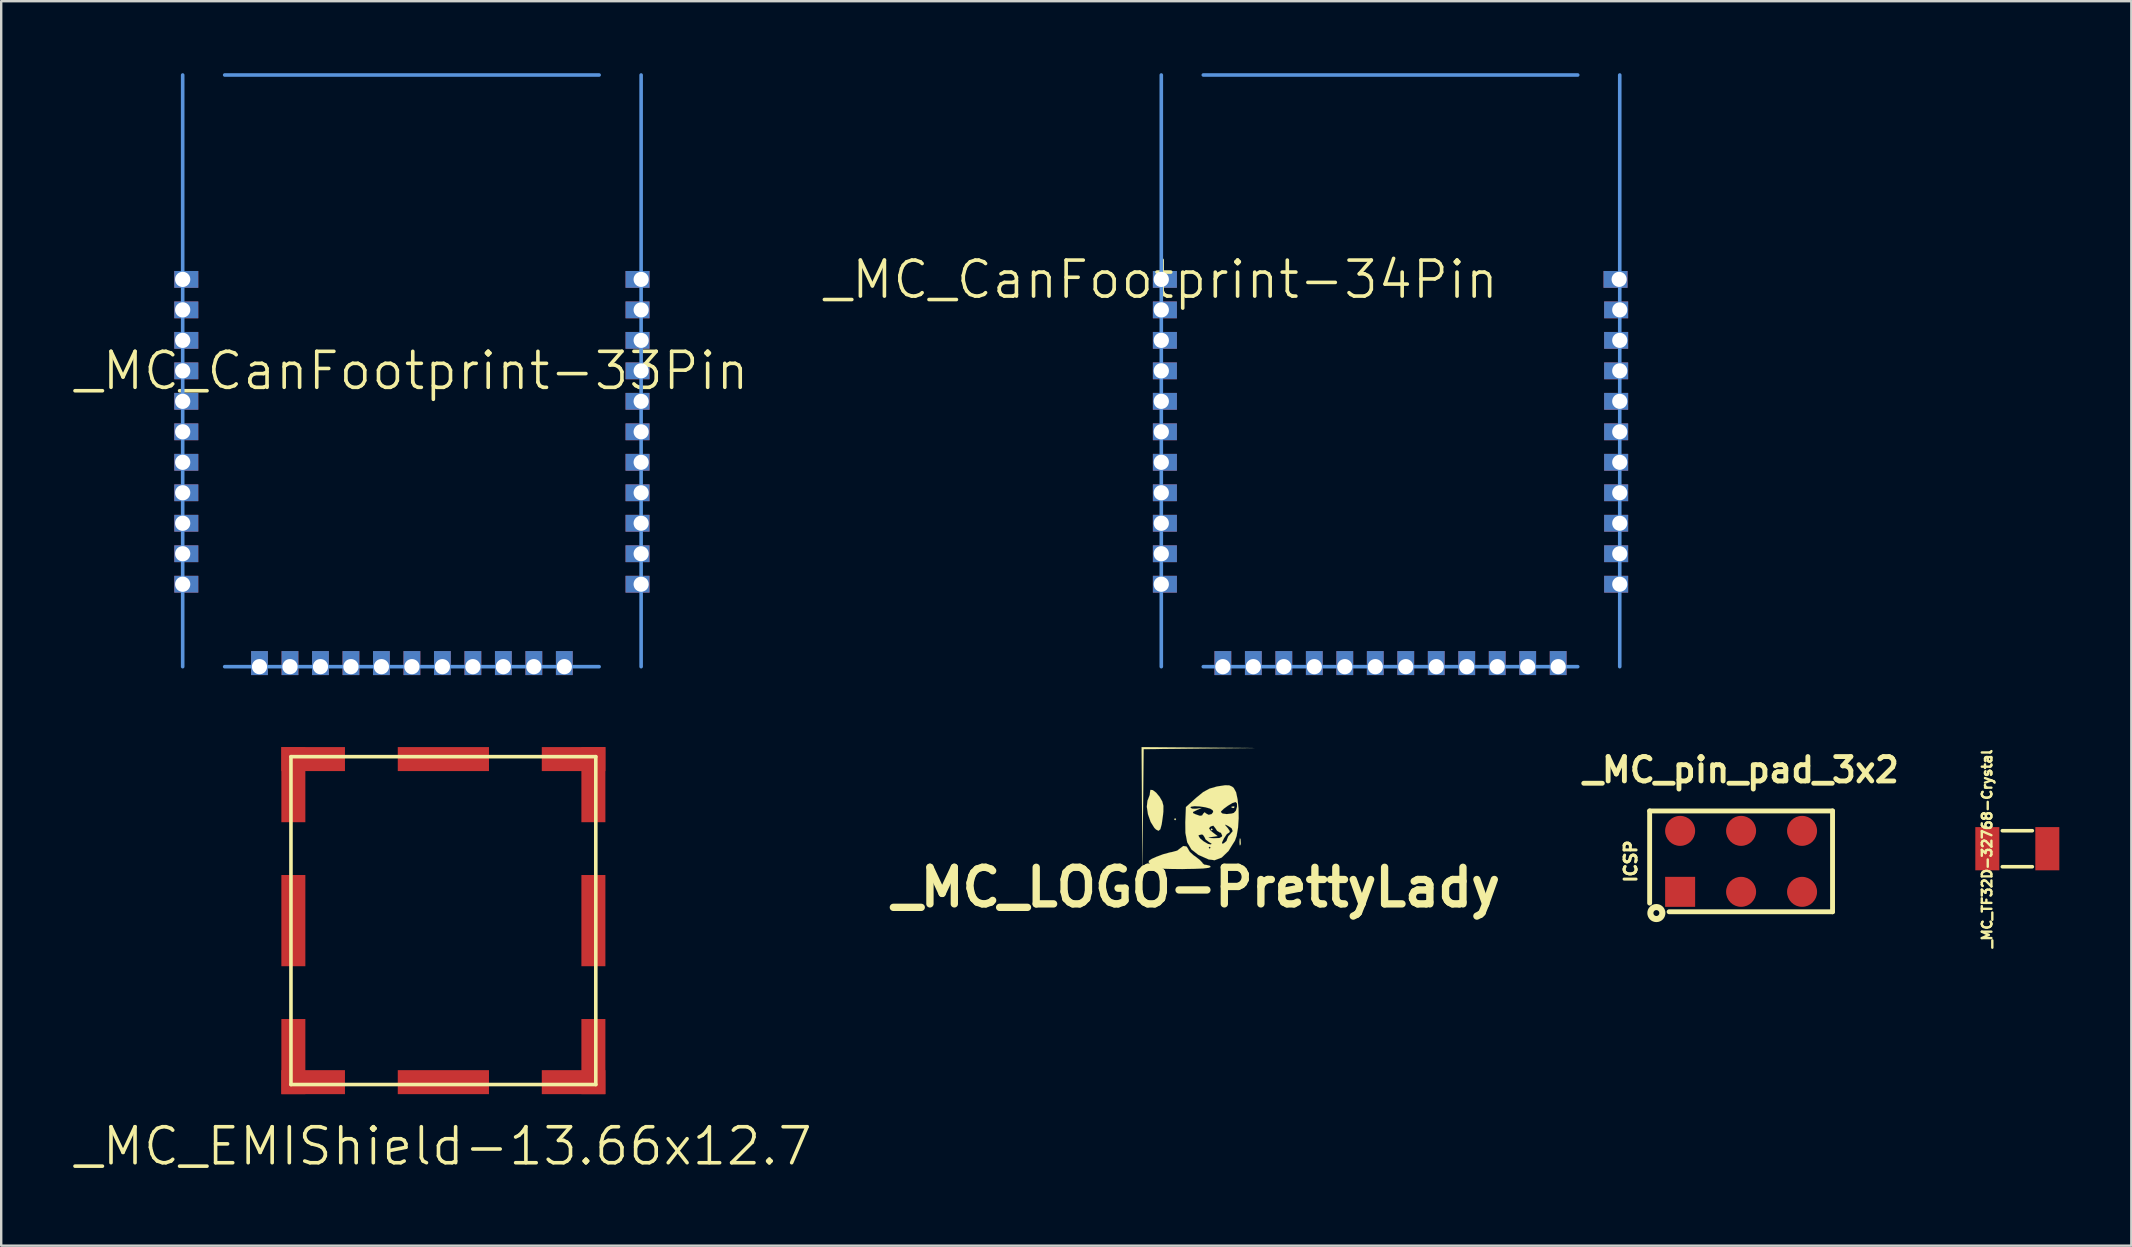
<source format=kicad_pcb>
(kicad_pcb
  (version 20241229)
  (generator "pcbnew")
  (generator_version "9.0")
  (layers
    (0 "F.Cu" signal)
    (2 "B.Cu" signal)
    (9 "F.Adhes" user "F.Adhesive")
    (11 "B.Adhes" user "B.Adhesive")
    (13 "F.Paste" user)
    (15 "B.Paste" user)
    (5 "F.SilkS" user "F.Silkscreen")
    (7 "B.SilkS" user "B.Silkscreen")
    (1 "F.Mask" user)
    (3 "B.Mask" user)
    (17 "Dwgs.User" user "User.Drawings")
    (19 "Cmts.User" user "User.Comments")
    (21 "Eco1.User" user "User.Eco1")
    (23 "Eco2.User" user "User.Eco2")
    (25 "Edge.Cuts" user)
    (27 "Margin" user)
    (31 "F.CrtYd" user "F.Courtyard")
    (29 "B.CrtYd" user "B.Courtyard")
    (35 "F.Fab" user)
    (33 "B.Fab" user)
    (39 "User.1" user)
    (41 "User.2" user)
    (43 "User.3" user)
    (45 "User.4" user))
  (footprint "_MC_LOGO-PrettyLady"
    (layer "F.Cu")
    (at 46.797 30.616)
    (property "Reference" "_MC_LOGO-PrettyLady" (at 0 3.302 0) (layer "F.SilkS") (effects (font (size 1.524 1.524) (thickness 0.305))))
    (attr through_hole)
    (fp_poly (pts (xy -0.848 0.465) (xy -0.889 0.508) (xy -0.932 0.465) (xy -0.889 0.422) (xy -0.848 0.465)) (stroke (width 0.003) (type solid)) (fill yes) (layer "F.SilkS"))
    (fp_poly (pts (xy 0.676 0.889) (xy 0.635 0.93) (xy 0.592 0.889) (xy 0.635 0.846) (xy 0.676 0.889)) (stroke (width 0.003) (type solid)) (fill yes) (layer "F.SilkS"))
    (fp_poly (pts (xy 1.58 -0.058) (xy 1.567 -0.008) (xy 1.524 0) (xy 1.453 -0.033) (xy 1.466 -0.058) (xy 1.567 -0.069) (xy 1.58 -0.058)) (stroke (width 0.003) (type solid)) (fill yes) (layer "F.SilkS"))
    (fp_poly (pts (xy 1.847 1.476) (xy 1.831 1.544) (xy 1.803 1.549) (xy 1.793 1.415) (xy 1.793 1.397) (xy 1.806 1.265) (xy 1.831 1.278) (xy 1.836 1.29) (xy 1.847 1.476)) (stroke (width 0.003) (type solid)) (fill yes) (layer "F.SilkS"))
    (fp_poly (pts (xy 2.413 -2.502) (xy 0.107 -2.479) (xy -2.2 -2.454) (xy -2.225 0.064) (xy -2.248 2.581) (xy -2.268 0.02) (xy -2.286 -2.54) (xy 0.064 -2.522) (xy 2.413 -2.502)) (stroke (width 0.003) (type solid)) (fill yes) (layer "F.SilkS"))
    (fp_poly (pts (xy -1.377 -0.094) (xy -1.379 0.15) (xy -1.397 0.318) (xy -1.448 0.676) (xy -1.504 0.881) (xy -1.58 0.947) (xy -1.684 0.894) (xy -1.753 0.826) (xy -1.908 0.577) (xy -2.019 0.262) (xy -2.068 -0.056) (xy -2.04 -0.312) (xy -2.017 -0.363) (xy -1.946 -0.549) (xy -1.935 -0.658) (xy -1.918 -0.759) (xy -1.821 -0.749) (xy -1.681 -0.643) (xy -1.537 -0.47) (xy -1.425 -0.277) (xy -1.377 -0.094)) (stroke (width 0.003) (type solid)) (fill yes) (layer "F.SilkS"))
    (fp_poly (pts (xy 0.592 2.454) (xy 0.511 2.489) (xy 0.274 2.517) (xy -0.097 2.532) (xy -0.582 2.54) (xy -1.054 2.537) (xy -1.387 2.527) (xy -1.61 2.51) (xy -1.755 2.477) (xy -1.849 2.423) (xy -1.905 2.37) (xy -1.989 2.266) (xy -1.981 2.195) (xy -1.862 2.116) (xy -1.674 2.032) (xy -1.384 1.923) (xy -1.102 1.847) (xy -1.016 1.831) (xy -0.803 1.773) (xy -0.668 1.669) (xy -0.665 1.666) (xy -0.549 1.58) (xy -0.414 1.6) (xy -0.34 1.709) (xy -0.34 1.722) (xy -0.274 1.826) (xy -0.114 1.971) (xy -0.043 2.019) (xy 0.14 2.162) (xy 0.244 2.271) (xy 0.254 2.296) (xy 0.323 2.355) (xy 0.422 2.37) (xy 0.559 2.405) (xy 0.592 2.454)) (stroke (width 0.003) (type solid)) (fill yes) (layer "F.SilkS"))
    (fp_poly (pts (xy 1.758 0.424) (xy 1.732 0.82) (xy 1.689 1.072) (xy 1.689 -0.048) (xy 1.689 -0.193) (xy 1.628 -0.254) (xy 1.499 -0.211) (xy 1.316 -0.102) (xy 1.138 0.028) (xy 1.026 0.137) (xy 1.016 0.168) (xy 1.087 0.229) (xy 1.26 0.251) (xy 1.466 0.229) (xy 1.557 0.201) (xy 1.643 0.109) (xy 1.689 -0.048) (xy 1.689 1.072) (xy 1.674 1.161) (xy 1.603 1.359) (xy 1.511 1.504) (xy 1.511 0.96) (xy 1.466 0.841) (xy 1.333 0.752) (xy 1.204 0.688) (xy 1.199 0.714) (xy 1.303 0.833) (xy 1.389 0.96) (xy 1.372 1.013) (xy 1.369 1.016) (xy 1.267 1.082) (xy 1.153 1.25) (xy 1.143 1.267) (xy 1.072 1.415) (xy 1.072 1.143) (xy 1.019 1.029) (xy 0.97 1.016) (xy 0.859 0.947) (xy 0.795 0.848) (xy 0.704 0.734) (xy 0.699 0.734) (xy 0.699 0.163) (xy 0.681 0.094) (xy 0.572 0.023) (xy 0.371 -0.033) (xy 0.132 -0.069) (xy -0.084 -0.079) (xy -0.229 -0.056) (xy -0.254 -0.023) (xy -0.183 0.025) (xy -0.023 0.028) (xy 0.211 -0.005) (xy 0 0.091) (xy -0.145 0.163) (xy -0.14 0.211) (xy -0.043 0.257) (xy 0.145 0.323) (xy 0.236 0.307) (xy 0.282 0.231) (xy 0.343 0.173) (xy 0.394 0.221) (xy 0.508 0.282) (xy 0.632 0.251) (xy 0.699 0.163) (xy 0.699 0.734) (xy 0.592 0.765) (xy 0.523 0.838) (xy 0.577 0.927) (xy 0.673 1.008) (xy 0.881 1.168) (xy 0.63 1.206) (xy 0.503 1.229) (xy 0.523 1.245) (xy 0.704 1.255) (xy 0.726 1.257) (xy 0.96 1.247) (xy 1.062 1.189) (xy 1.072 1.143) (xy 1.072 1.415) (xy 1.064 1.433) (xy 1.069 1.486) (xy 1.14 1.468) (xy 1.255 1.369) (xy 1.27 1.313) (xy 1.328 1.171) (xy 1.397 1.1) (xy 1.511 0.96) (xy 1.511 1.504) (xy 1.336 1.788) (xy 1.052 2.062) (xy 0.754 2.174) (xy 0.64 2.156) (xy 0.64 1.491) (xy 0.541 1.425) (xy 0.528 1.42) (xy 0.381 1.308) (xy 0.338 1.214) (xy 0.269 1.113) (xy 0.211 1.1) (xy 0.097 1.128) (xy 0.084 1.153) (xy 0.15 1.262) (xy 0.302 1.389) (xy 0.478 1.491) (xy 0.584 1.516) (xy 0.64 1.491) (xy 0.64 2.156) (xy 0.592 2.151) (xy 0.592 1.651) (xy 0.549 1.608) (xy 0.508 1.651) (xy 0.549 1.692) (xy 0.592 1.651) (xy 0.592 2.151) (xy 0.508 2.141) (xy 0.081 1.951) (xy -0.208 1.725) (xy -0.384 1.43) (xy -0.46 1.034) (xy -0.465 0.592) (xy -0.439 -0.043) (xy -0.008 -0.432) (xy 0.282 -0.668) (xy 0.544 -0.81) (xy 0.846 -0.897) (xy 0.904 -0.907) (xy 1.189 -0.95) (xy 1.364 -0.947) (xy 1.486 -0.894) (xy 1.554 -0.836) (xy 1.651 -0.658) (xy 1.714 -0.361) (xy 1.753 0.015) (xy 1.758 0.424)) (stroke (width 0.003) (type solid)) (fill yes) (layer "F.SilkS")))
  (footprint "_MC_CanFootprint-34Pin"
    (layer "F.Cu")
    (at 54.882 12.4)
    (property "Reference" "_MC_CanFootprint-34Pin" (at -9.55 -3.8 0) (layer "F.SilkS") (effects (font (size 1.5 1.5) (thickness 0.15))))
    (attr through_hole)
    (fp_line (start -9.55 12.325) (end -9.55 -12.325) (stroke (width 0.15) (type solid)) (layer "Cmts.User"))
    (fp_line (start -7.8 -12.325) (end 7.8 -12.325) (stroke (width 0.15) (type solid)) (layer "Cmts.User"))
    (fp_line (start -7.8 12.325) (end 7.8 12.325) (stroke (width 0.15) (type solid)) (layer "Cmts.User"))
    (fp_line (start 9.55 -12.325) (end 9.55 12.325) (stroke (width 0.15) (type solid)) (layer "Cmts.User"))
    (pad "1" thru_hole trapezoid (at -9.55 -3.81) (size 1 0.7) (drill 0.635 (offset 0.15 0)) (layers "*.Cu" "*.Mask"))
    (pad "2" thru_hole trapezoid (at -9.55 -2.54) (size 1 0.7) (drill 0.635 (offset 0.15 0)) (layers "*.Cu" "*.Mask"))
    (pad "3" thru_hole trapezoid (at -9.55 -1.27) (size 1 0.7) (drill 0.635 (offset 0.15 0)) (layers "*.Cu" "*.Mask"))
    (pad "4" thru_hole trapezoid (at -9.55 0) (size 1 0.7) (drill 0.635 (offset 0.15 0)) (layers "*.Cu" "*.Mask"))
    (pad "5" thru_hole trapezoid (at -9.55 1.27) (size 1 0.7) (drill 0.635 (offset 0.15 0)) (layers "*.Cu" "*.Mask"))
    (pad "6" thru_hole trapezoid (at -9.55 2.54) (size 1 0.7) (drill 0.635 (offset 0.15 0)) (layers "*.Cu" "*.Mask"))
    (pad "7" thru_hole trapezoid (at -9.55 3.81) (size 1 0.7) (drill 0.635 (offset 0.15 0)) (layers "*.Cu" "*.Mask"))
    (pad "8" thru_hole trapezoid (at -9.55 5.08) (size 1 0.7) (drill 0.635 (offset 0.15 0)) (layers "*.Cu" "*.Mask"))
    (pad "9" thru_hole trapezoid (at -9.55 6.35) (size 1 0.7) (drill 0.635 (offset 0.15 0)) (layers "*.Cu" "*.Mask"))
    (pad "10" thru_hole trapezoid (at -9.55 7.62) (size 1 0.7) (drill 0.635 (offset 0.15 0)) (layers "*.Cu" "*.Mask"))
    (pad "11" thru_hole trapezoid (at -9.55 8.89) (size 1 0.7) (drill 0.635 (offset 0.15 0)) (layers "*.Cu" "*.Mask"))
    (pad "12" thru_hole rect (at -6.985 12.325) (size 0.7 1) (drill 0.635 (offset 0 -0.15)) (layers "*.Cu" "*.Mask"))
    (pad "13" thru_hole rect (at -5.715 12.325) (size 0.7 1) (drill 0.635 (offset 0 -0.15)) (layers "*.Cu" "*.Mask"))
    (pad "14" thru_hole rect (at -4.445 12.325) (size 0.7 1) (drill 0.635 (offset 0 -0.15)) (layers "*.Cu" "*.Mask"))
    (pad "15" thru_hole rect (at -3.175 12.325) (size 0.7 1) (drill 0.635 (offset 0 -0.15)) (layers "*.Cu" "*.Mask"))
    (pad "16" thru_hole rect (at -1.905 12.325) (size 0.7 1) (drill 0.635 (offset 0 -0.15)) (layers "*.Cu" "*.Mask"))
    (pad "17" thru_hole rect (at -0.635 12.325) (size 0.7 1) (drill 0.635 (offset 0 -0.15)) (layers "*.Cu" "*.Mask"))
    (pad "18" thru_hole rect (at 0.635 12.325) (size 0.7 1) (drill 0.635 (offset 0 -0.15)) (layers "*.Cu" "*.Mask"))
    (pad "19" thru_hole rect (at 1.905 12.325) (size 0.7 1) (drill 0.635 (offset 0 -0.15)) (layers "*.Cu" "*.Mask"))
    (pad "20" thru_hole rect (at 3.175 12.325) (size 0.7 1) (drill 0.635 (offset 0 -0.15)) (layers "*.Cu" "*.Mask"))
    (pad "21" thru_hole rect (at 4.445 12.325) (size 0.7 1) (drill 0.635 (offset 0 -0.15)) (layers "*.Cu" "*.Mask"))
    (pad "22" thru_hole rect (at 5.715 12.325) (size 0.7 1) (drill 0.635 (offset 0 -0.15)) (layers "*.Cu" "*.Mask"))
    (pad "23" thru_hole rect (at 6.985 12.325) (size 0.7 1) (drill 0.635 (offset 0 -0.15)) (layers "*.Cu" "*.Mask"))
    (pad "24" thru_hole rect (at 9.55 8.89) (size 1 0.7) (drill 0.63 (offset -0.15 0)) (layers "*.Cu" "*.Mask"))
    (pad "25" thru_hole rect (at 9.55 7.62) (size 1 0.7) (drill 0.63 (offset -0.15 0)) (layers "*.Cu" "*.Mask"))
    (pad "26" thru_hole rect (at 9.55 6.35) (size 1 0.7) (drill 0.63 (offset -0.15 0)) (layers "*.Cu" "*.Mask"))
    (pad "27" thru_hole rect (at 9.55 5.08) (size 1 0.7) (drill 0.63 (offset -0.15 0)) (layers "*.Cu" "*.Mask"))
    (pad "28" thru_hole rect (at 9.55 3.81) (size 1 0.7) (drill 0.63 (offset -0.15 0)) (layers "*.Cu" "*.Mask"))
    (pad "29" thru_hole rect (at 9.55 2.54) (size 1 0.7) (drill 0.63 (offset -0.15 0)) (layers "*.Cu" "*.Mask"))
    (pad "30" thru_hole rect (at 9.55 1.27) (size 1 0.7) (drill 0.63 (offset -0.15 0)) (layers "*.Cu" "*.Mask"))
    (pad "31" thru_hole rect (at 9.55 0) (size 1 0.7) (drill 0.63 (offset -0.15 0)) (layers "*.Cu" "*.Mask"))
    (pad "32" thru_hole rect (at 9.55 -1.27) (size 1 0.7) (drill 0.63 (offset -0.15 0)) (layers "*.Cu" "*.Mask"))
    (pad "33" thru_hole rect (at 9.55 -2.54) (size 1 0.7) (drill 0.63 (offset -0.15 0)) (layers "*.Cu" "*.Mask"))
    (pad "34" thru_hole rect (at 9.525 -3.81) (size 1 0.7) (drill 0.63 (offset -0.15 0)) (layers "*.Cu" "*.Mask")))
  (footprint "_MC_EMIShield-13.66x12.7"
    (layer "F.Cu")
    (at 15.422 35.305)
    (property "Reference" "_MC_EMIShield-13.66x12.7" (at 0.01 9.4 0) (layer "F.SilkS") (effects (font (size 1.5 1.5) (thickness 0.15))))
    (attr through_hole)
    (fp_line (start -6.35 6.83) (end -6.35 -6.83) (stroke (width 0.15) (type solid)) (layer "F.SilkS"))
    (fp_line (start -6.35 6.83) (end 6.35 6.83) (stroke (width 0.15) (type solid)) (layer "F.SilkS"))
    (fp_line (start 6.35 -6.83) (end -6.35 -6.83) (stroke (width 0.15) (type solid)) (layer "F.SilkS"))
    (fp_line (start 6.35 6.83) (end 6.35 -6.83) (stroke (width 0.15) (type solid)) (layer "F.SilkS"))
    (pad "1" smd rect (at -6.25 -5.665) (size 1 3.13) (layers "F.Cu" "F.Mask" "F.Paste"))
    (pad "1" smd rect (at -6.25 0) (size 1 3.8) (layers "F.Cu" "F.Mask" "F.Paste"))
    (pad "1" smd rect (at -6.25 5.665) (size 1 3.13) (layers "F.Cu" "F.Mask" "F.Paste"))
    (pad "1" smd rect (at -5.425 -6.73) (size 2.65 1) (layers "F.Cu" "F.Mask" "F.Paste"))
    (pad "1" smd rect (at -5.425 6.73) (size 2.65 1) (layers "F.Cu" "F.Mask" "F.Paste"))
    (pad "1" smd rect (at 0 -6.73) (size 3.8 1) (layers "F.Cu" "F.Mask" "F.Paste"))
    (pad "1" smd rect (at 0 6.73) (size 3.8 1) (layers "F.Cu" "F.Mask" "F.Paste"))
    (pad "1" smd rect (at 5.425 -6.73) (size 2.65 1) (layers "F.Cu" "F.Mask" "F.Paste"))
    (pad "1" smd rect (at 5.425 6.73) (size 2.65 1) (layers "F.Cu" "F.Mask" "F.Paste"))
    (pad "1" smd rect (at 6.25 -5.665) (size 1 3.13) (layers "F.Cu" "F.Mask" "F.Paste"))
    (pad "1" smd rect (at 6.25 0) (size 1 3.8) (layers "F.Cu" "F.Mask" "F.Paste"))
    (pad "1" smd rect (at 6.25 5.665) (size 1 3.13) (layers "F.Cu" "F.Mask" "F.Paste")))
  (footprint "_MC_pin_pad_3x2"
    (layer "F.Cu")
    (at 69.488 32.836)
    (property "Reference" "_MC_pin_pad_3x2" (at 0 -3.81 0) (layer "F.SilkS") (effects (font (size 1.016 1.016) (thickness 0.203))))
    (attr through_hole)
    (fp_line (start -3.81 -2.1) (end -3.81 1.74) (stroke (width 0.203) (type solid)) (layer "F.SilkS"))
    (fp_line (start -3.81 -2.1) (end 3.81 -2.1) (stroke (width 0.203) (type solid)) (layer "F.SilkS"))
    (fp_line (start 3.81 -2.1) (end 3.81 2.1) (stroke (width 0.203) (type solid)) (layer "F.SilkS"))
    (fp_line (start 3.81 2.1) (end -3 2.1) (stroke (width 0.203) (type solid)) (layer "F.SilkS"))
    (fp_circle (center -3.53 2.154) (end -3.78 2.154) (stroke (width 0.254) (type solid)) (fill no) (layer "F.SilkS"))
    (fp_text user "ICSP" (at -4.6 0 90) (layer "F.SilkS") (effects (font (size 0.5 0.5) (thickness 0.125))))
    (pad "1" smd rect (at -2.54 1.27) (size 1.25 1.25) (layers "F.Cu" "F.Mask"))
    (pad "2" smd circle (at -2.54 -1.27) (size 1.25 1.25) (layers "F.Cu" "F.Mask"))
    (pad "3" smd circle (at 0 1.27) (size 1.25 1.25) (layers "F.Cu" "F.Mask"))
    (pad "4" smd circle (at 0 -1.27) (size 1.25 1.25) (layers "F.Cu" "F.Mask"))
    (pad "5" smd circle (at 2.54 1.27) (size 1.25 1.25) (layers "F.Cu" "F.Mask"))
    (pad "6" smd circle (at 2.54 -1.27) (size 1.25 1.25) (layers "F.Cu" "F.Mask")))
  (footprint "_MC_TF32D-32768-Crystal"
    (layer "F.Cu")
    (at 80.996 32.309)
    (property "Reference" "_MC_TF32D-32768-Crystal" (at -1.26 0 90) (layer "F.SilkS") (effects (font (size 0.4 0.4) (thickness 0.1))))
    (attr through_hole)
    (fp_line (start -0.625 -0.75) (end 0.625 -0.75) (stroke (width 0.15) (type solid)) (layer "F.SilkS"))
    (fp_line (start -0.625 0.75) (end 0.625 0.75) (stroke (width 0.15) (type solid)) (layer "F.SilkS"))
    (pad "1" smd rect (at -1.25 0) (size 1 1.8) (layers "F.Cu" "F.Mask" "F.Paste"))
    (pad "2" smd rect (at 1.25 0) (size 1 1.8) (layers "F.Cu" "F.Mask" "F.Paste")))
  (footprint "_MC_CanFootprint-33Pin"
    (layer "F.Cu")
    (at 14.111 12.4)
    (property "Reference" "_MC_CanFootprint-33Pin" (at 0 0 0) (layer "F.SilkS") (effects (font (size 1.5 1.5) (thickness 0.15))))
    (attr through_hole)
    (fp_line (start -9.55 12.325) (end -9.55 -12.325) (stroke (width 0.15) (type solid)) (layer "Cmts.User"))
    (fp_line (start -7.8 -12.325) (end 7.8 -12.325) (stroke (width 0.15) (type solid)) (layer "Cmts.User"))
    (fp_line (start -7.8 12.325) (end 7.8 12.325) (stroke (width 0.15) (type solid)) (layer "Cmts.User"))
    (fp_line (start 9.55 -12.325) (end 9.55 12.325) (stroke (width 0.15) (type solid)) (layer "Cmts.User"))
    (pad "1" thru_hole trapezoid (at -9.55 -3.81) (size 1 0.7) (drill 0.635 (offset 0.15 0)) (layers "*.Cu" "*.Mask"))
    (pad "2" thru_hole trapezoid (at -9.55 -2.54) (size 1 0.7) (drill 0.635 (offset 0.15 0)) (layers "*.Cu" "*.Mask"))
    (pad "3" thru_hole trapezoid (at -9.55 -1.27) (size 1 0.7) (drill 0.635 (offset 0.15 0)) (layers "*.Cu" "*.Mask"))
    (pad "4" thru_hole trapezoid (at -9.55 0) (size 1 0.7) (drill 0.635 (offset 0.15 0)) (layers "*.Cu" "*.Mask"))
    (pad "5" thru_hole trapezoid (at -9.55 1.27) (size 1 0.7) (drill 0.635 (offset 0.15 0)) (layers "*.Cu" "*.Mask"))
    (pad "6" thru_hole trapezoid (at -9.55 2.54) (size 1 0.7) (drill 0.635 (offset 0.15 0)) (layers "*.Cu" "*.Mask"))
    (pad "7" thru_hole trapezoid (at -9.55 3.81) (size 1 0.7) (drill 0.635 (offset 0.15 0)) (layers "*.Cu" "*.Mask"))
    (pad "8" thru_hole trapezoid (at -9.55 5.08) (size 1 0.7) (drill 0.635 (offset 0.15 0)) (layers "*.Cu" "*.Mask"))
    (pad "9" thru_hole trapezoid (at -9.55 6.35) (size 1 0.7) (drill 0.635 (offset 0.15 0)) (layers "*.Cu" "*.Mask"))
    (pad "10" thru_hole trapezoid (at -9.55 7.62) (size 1 0.7) (drill 0.635 (offset 0.15 0)) (layers "*.Cu" "*.Mask"))
    (pad "11" thru_hole trapezoid (at -9.55 8.89) (size 1 0.7) (drill 0.635 (offset 0.15 0)) (layers "*.Cu" "*.Mask"))
    (pad "12" thru_hole rect (at -6.35 12.325) (size 0.7 1) (drill 0.635 (offset 0 -0.15)) (layers "*.Cu" "*.Mask"))
    (pad "13" thru_hole rect (at -5.08 12.325) (size 0.7 1) (drill 0.635 (offset 0 -0.15)) (layers "*.Cu" "*.Mask"))
    (pad "14" thru_hole rect (at -3.81 12.325) (size 0.7 1) (drill 0.635 (offset 0 -0.15)) (layers "*.Cu" "*.Mask"))
    (pad "15" thru_hole rect (at -2.54 12.325) (size 0.7 1) (drill 0.635 (offset 0 -0.15)) (layers "*.Cu" "*.Mask"))
    (pad "16" thru_hole rect (at -1.27 12.325) (size 0.7 1) (drill 0.635 (offset 0 -0.15)) (layers "*.Cu" "*.Mask"))
    (pad "17" thru_hole rect (at 0 12.325) (size 0.7 1) (drill 0.635 (offset 0 -0.15)) (layers "*.Cu" "*.Mask"))
    (pad "18" thru_hole rect (at 1.27 12.325) (size 0.7 1) (drill 0.635 (offset 0 -0.15)) (layers "*.Cu" "*.Mask"))
    (pad "19" thru_hole rect (at 2.54 12.325) (size 0.7 1) (drill 0.635 (offset 0 -0.15)) (layers "*.Cu" "*.Mask"))
    (pad "20" thru_hole rect (at 3.81 12.325) (size 0.7 1) (drill 0.635 (offset 0 -0.15)) (layers "*.Cu" "*.Mask"))
    (pad "21" thru_hole rect (at 5.08 12.325) (size 0.7 1) (drill 0.635 (offset 0 -0.15)) (layers "*.Cu" "*.Mask"))
    (pad "22" thru_hole rect (at 6.35 12.325) (size 0.7 1) (drill 0.635 (offset 0 -0.15)) (layers "*.Cu" "*.Mask"))
    (pad "23" thru_hole rect (at 9.55 8.89) (size 1 0.7) (drill 0.63 (offset -0.15 0)) (layers "*.Cu" "*.Mask"))
    (pad "24" thru_hole rect (at 9.55 7.62) (size 1 0.7) (drill 0.63 (offset -0.15 0)) (layers "*.Cu" "*.Mask"))
    (pad "25" thru_hole rect (at 9.55 6.35) (size 1 0.7) (drill 0.63 (offset -0.15 0)) (layers "*.Cu" "*.Mask"))
    (pad "26" thru_hole rect (at 9.55 5.08) (size 1 0.7) (drill 0.63 (offset -0.15 0)) (layers "*.Cu" "*.Mask"))
    (pad "27" thru_hole rect (at 9.55 3.81) (size 1 0.7) (drill 0.63 (offset -0.15 0)) (layers "*.Cu" "*.Mask"))
    (pad "28" thru_hole rect (at 9.55 2.54) (size 1 0.7) (drill 0.63 (offset -0.15 0)) (layers "*.Cu" "*.Mask"))
    (pad "29" thru_hole rect (at 9.55 1.27) (size 1 0.7) (drill 0.63 (offset -0.15 0)) (layers "*.Cu" "*.Mask"))
    (pad "30" thru_hole rect (at 9.55 0) (size 1 0.7) (drill 0.63 (offset -0.15 0)) (layers "*.Cu" "*.Mask"))
    (pad "31" thru_hole rect (at 9.55 -1.27) (size 1 0.7) (drill 0.63 (offset -0.15 0)) (layers "*.Cu" "*.Mask"))
    (pad "32" thru_hole rect (at 9.55 -2.54) (size 1 0.7) (drill 0.63 (offset -0.15 0)) (layers "*.Cu" "*.Mask"))
    (pad "33" thru_hole rect (at 9.55 -3.81) (size 1 0.7) (drill 0.63 (offset -0.15 0)) (layers "*.Cu" "*.Mask")))
  (gr_rect
    (start -3 -3)
    (end 85.746 48.846)
    (stroke (width 0.1) (type default))
    (fill no)
    (layer "Edge.Cuts")))
</source>
